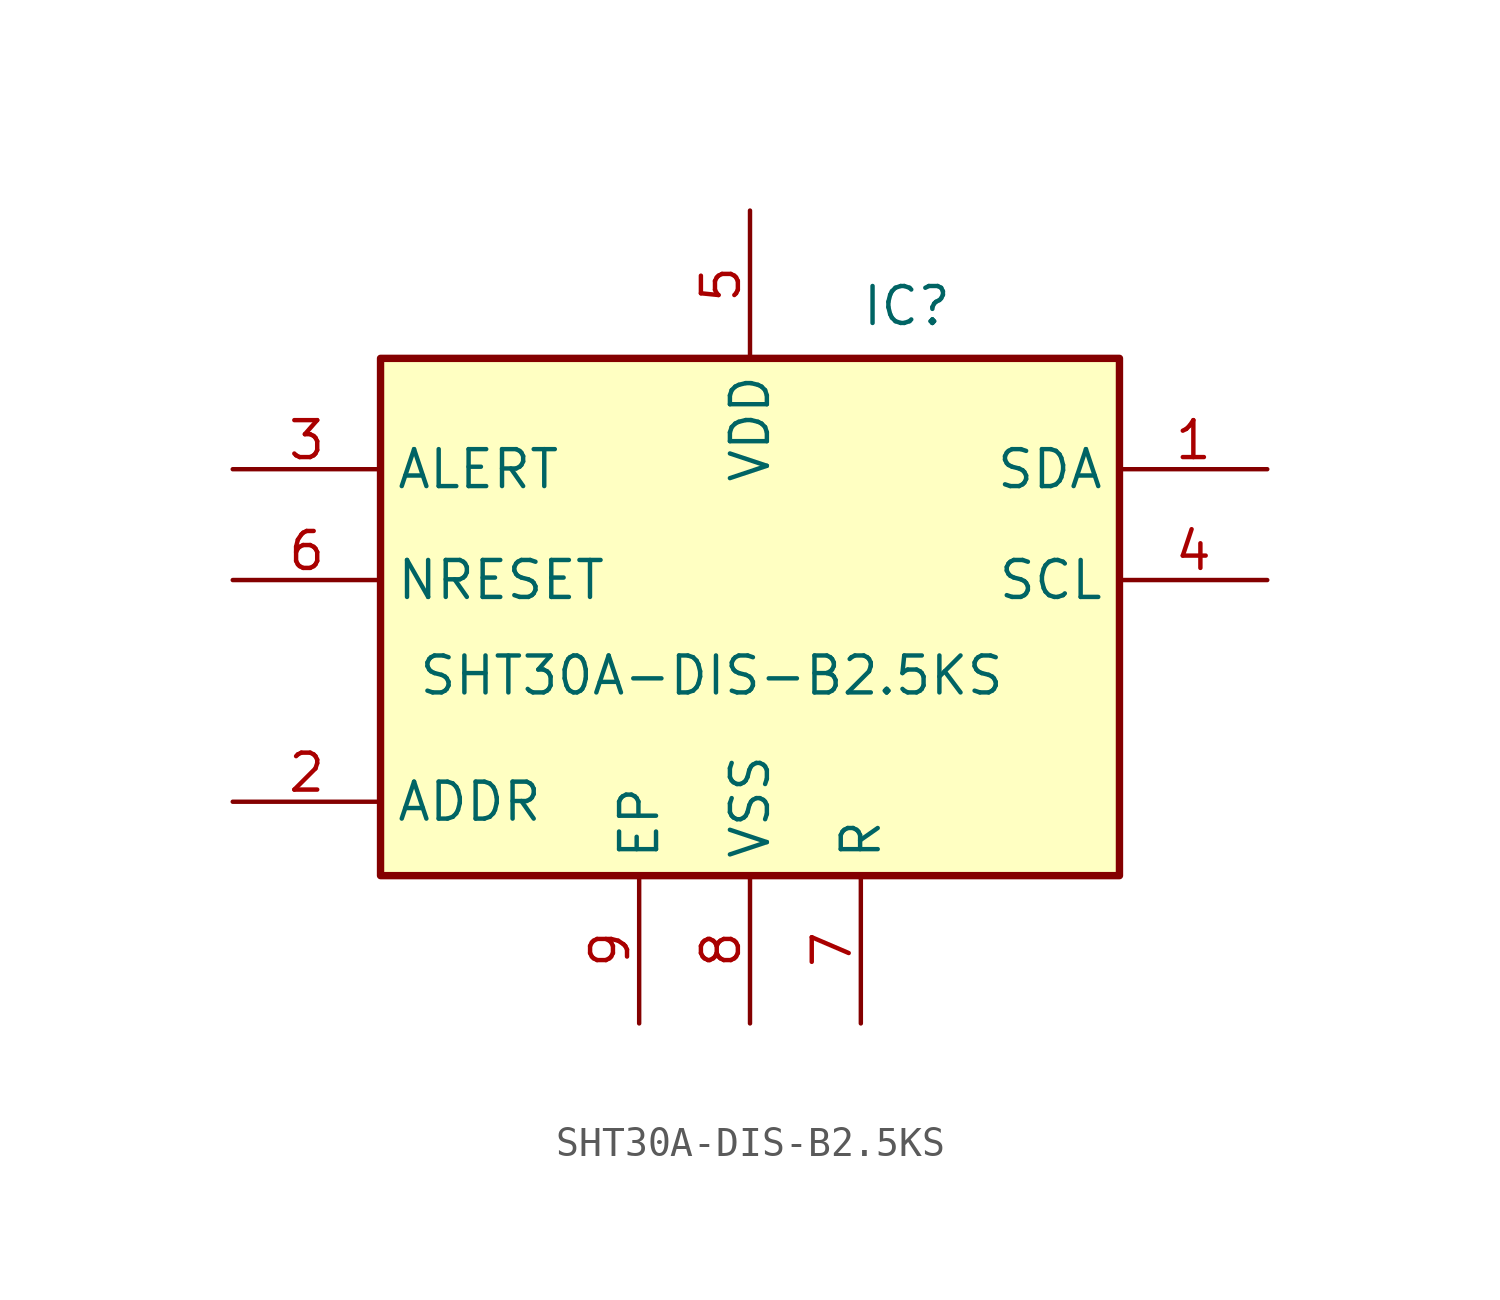
<source format=kicad_sym>
(kicad_symbol_lib
  (version 20220914)
  (generator kicad_symbol_editor)
  (symbol "SHT30A-DIS-B2.5KS"
    (property "Reference" "IC"
      (at 3.81 11.43 0)
      (effects (font (size 1.27 1.27)) (justify left top)))
    (property "Value" "SHT30A-DIS-B2.5KS"
      (at -11.43 -1.27 0)
      (effects (font (size 1.27 1.27)) (justify left top)))
    (symbol "SHT30A-DIS-B2.5KS_1_1"
      (rectangle (start -12.7 8.89) (end 12.7 -8.89) (stroke (width 0.254) (type default)) (fill (type background)))
      (pin passive line (at 17.78 5.08 180) (length 5.08) (name "SDA" (effects (font (size 1.27 1.27)))) (number "1" (effects (font (size 1.27 1.27)))))
      (pin passive line (at -17.78 -6.35 0) (length 5.08) (name "ADDR" (effects (font (size 1.27 1.27)))) (number "2" (effects (font (size 1.27 1.27)))))
      (pin passive line (at -17.78 5.08 0) (length 5.08) (name "ALERT" (effects (font (size 1.27 1.27)))) (number "3" (effects (font (size 1.27 1.27)))))
      (pin passive line (at 17.78 1.27 180) (length 5.08) (name "SCL" (effects (font (size 1.27 1.27)))) (number "4" (effects (font (size 1.27 1.27)))))
      (pin passive line (at 0 13.97 270) (length 5.08) (name "VDD" (effects (font (size 1.27 1.27)))) (number "5" (effects (font (size 1.27 1.27)))))
      (pin passive line (at -17.78 1.27 0) (length 5.08) (name "NRESET" (effects (font (size 1.27 1.27)))) (number "6" (effects (font (size 1.27 1.27)))))
      (pin passive line (at 3.81 -13.97 90) (length 5.08) (name "R" (effects (font (size 1.27 1.27)))) (number "7" (effects (font (size 1.27 1.27)))))
      (pin passive line (at 0 -13.97 90) (length 5.08) (name "VSS" (effects (font (size 1.27 1.27)))) (number "8" (effects (font (size 1.27 1.27)))))
      (pin passive line (at -3.81 -13.97 90) (length 5.08) (name "EP" (effects (font (size 1.27 1.27)))) (number "9" (effects (font (size 1.27 1.27))))))))
</source>
